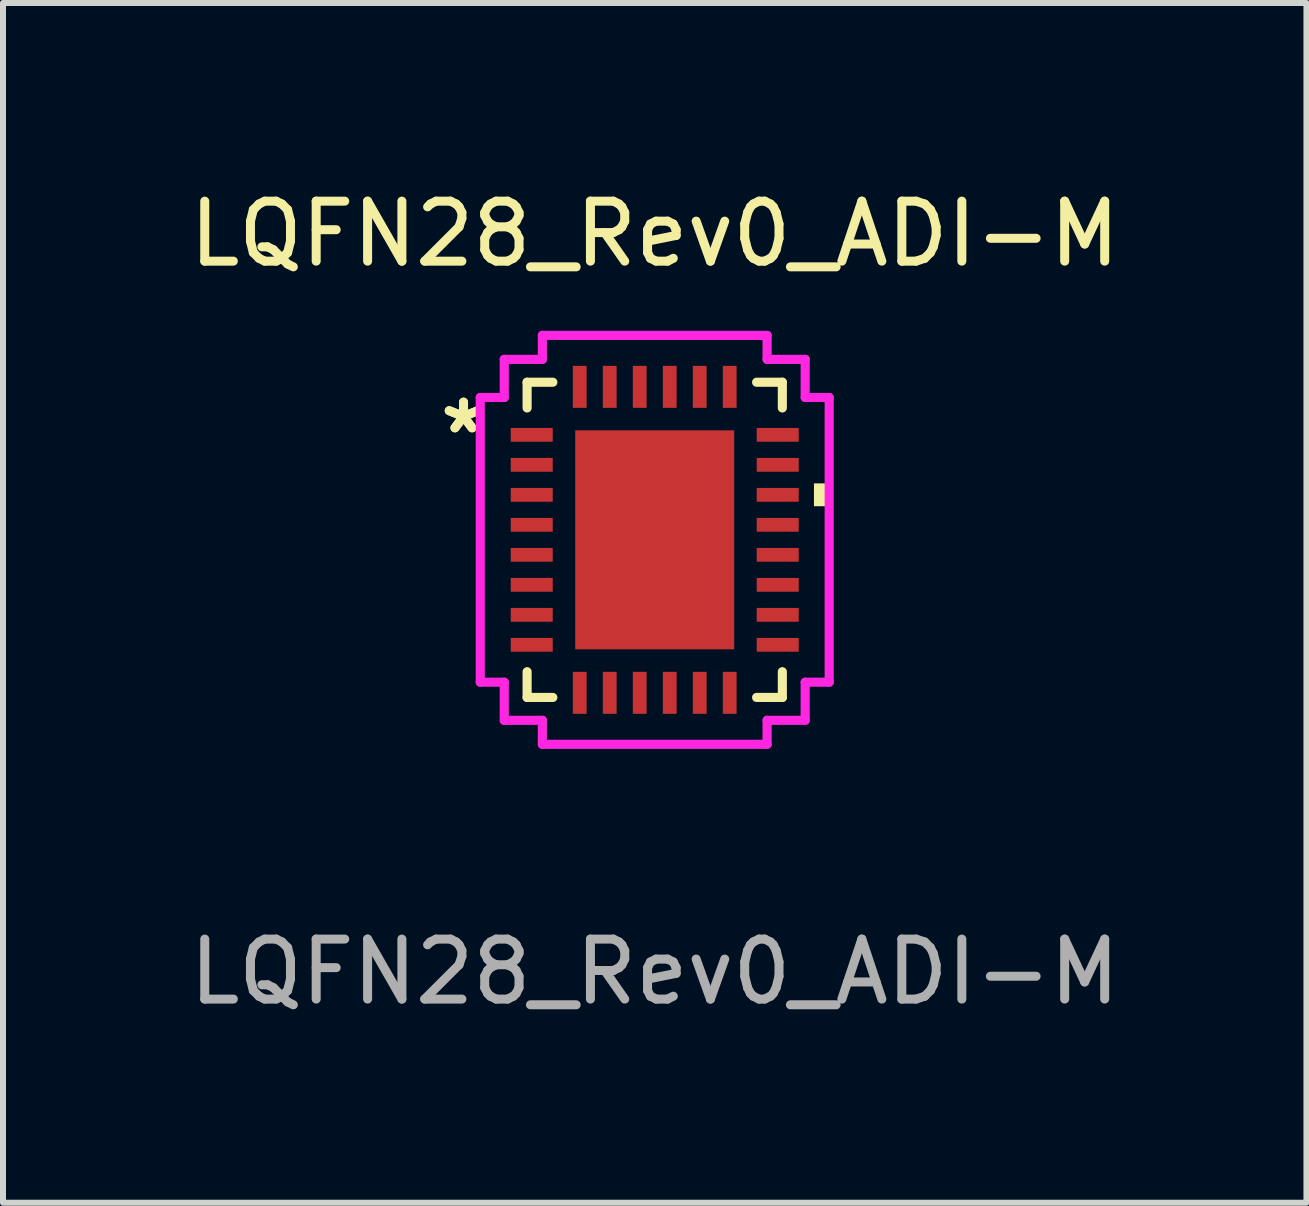
<source format=kicad_pcb>
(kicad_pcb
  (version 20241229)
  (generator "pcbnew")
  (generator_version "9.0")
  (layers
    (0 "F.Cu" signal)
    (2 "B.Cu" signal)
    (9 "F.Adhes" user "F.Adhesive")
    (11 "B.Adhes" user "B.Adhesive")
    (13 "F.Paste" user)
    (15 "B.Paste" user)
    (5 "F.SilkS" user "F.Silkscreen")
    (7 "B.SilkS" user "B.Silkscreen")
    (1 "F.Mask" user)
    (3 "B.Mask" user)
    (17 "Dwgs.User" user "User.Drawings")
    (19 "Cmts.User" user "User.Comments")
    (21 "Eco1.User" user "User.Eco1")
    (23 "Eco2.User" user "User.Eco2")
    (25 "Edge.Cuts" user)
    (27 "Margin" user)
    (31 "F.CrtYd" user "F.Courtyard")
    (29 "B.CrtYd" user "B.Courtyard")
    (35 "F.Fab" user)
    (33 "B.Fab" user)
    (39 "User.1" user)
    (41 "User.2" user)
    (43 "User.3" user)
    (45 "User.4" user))
  (footprint "LQFN28_Rev0_ADI-M"
    (layer "F.Cu")
    (at 7.863 5.948)
    (property "Reference" "LQFN28_Rev0_ADI-M" (at 0 -5.1 0) (unlocked yes) (layer "F.SilkS") (effects (font (size 1 1) (thickness 0.15))))
    (attr smd)
    (fp_line (start -2.127 -2.627) (end -2.127 -2.198) (stroke (width 0.152) (type solid)) (layer "F.SilkS"))
    (fp_line (start -2.127 2.198) (end -2.127 2.627) (stroke (width 0.152) (type solid)) (layer "F.SilkS"))
    (fp_line (start -2.127 2.627) (end -1.698 2.627) (stroke (width 0.152) (type solid)) (layer "F.SilkS"))
    (fp_line (start -1.698 -2.627) (end -2.127 -2.627) (stroke (width 0.152) (type solid)) (layer "F.SilkS"))
    (fp_line (start 1.698 2.627) (end 2.127 2.627) (stroke (width 0.152) (type solid)) (layer "F.SilkS"))
    (fp_line (start 2.127 -2.627) (end 1.698 -2.627) (stroke (width 0.152) (type solid)) (layer "F.SilkS"))
    (fp_line (start 2.127 -2.198) (end 2.127 -2.627) (stroke (width 0.152) (type solid)) (layer "F.SilkS"))
    (fp_line (start 2.127 2.627) (end 2.127 2.198) (stroke (width 0.152) (type solid)) (layer "F.SilkS"))
    (fp_poly (pts (xy 2.908 -0.941) (xy 2.908 -0.56) (xy 2.654 -0.56) (xy 2.654 -0.941)) (stroke (width 0) (type solid)) (fill yes) (layer "F.SilkS"))
    (fp_line (start -2.908 -2.373) (end -2.508 -2.373) (stroke (width 0.152) (type solid)) (layer "F.CrtYd"))
    (fp_line (start -2.908 2.373) (end -2.908 -2.373) (stroke (width 0.152) (type solid)) (layer "F.CrtYd"))
    (fp_line (start -2.508 -3.008) (end -1.873 -3.008) (stroke (width 0.152) (type solid)) (layer "F.CrtYd"))
    (fp_line (start -2.508 -2.373) (end -2.508 -3.008) (stroke (width 0.152) (type solid)) (layer "F.CrtYd"))
    (fp_line (start -2.508 2.373) (end -2.908 2.373) (stroke (width 0.152) (type solid)) (layer "F.CrtYd"))
    (fp_line (start -2.508 3.008) (end -2.508 2.373) (stroke (width 0.152) (type solid)) (layer "F.CrtYd"))
    (fp_line (start -1.873 -3.408) (end 1.873 -3.408) (stroke (width 0.152) (type solid)) (layer "F.CrtYd"))
    (fp_line (start -1.873 -3.008) (end -1.873 -3.408) (stroke (width 0.152) (type solid)) (layer "F.CrtYd"))
    (fp_line (start -1.873 3.008) (end -2.508 3.008) (stroke (width 0.152) (type solid)) (layer "F.CrtYd"))
    (fp_line (start -1.873 3.408) (end -1.873 3.008) (stroke (width 0.152) (type solid)) (layer "F.CrtYd"))
    (fp_line (start 1.873 -3.408) (end 1.873 -3.008) (stroke (width 0.152) (type solid)) (layer "F.CrtYd"))
    (fp_line (start 1.873 -3.008) (end 2.508 -3.008) (stroke (width 0.152) (type solid)) (layer "F.CrtYd"))
    (fp_line (start 1.873 3.008) (end 1.873 3.408) (stroke (width 0.152) (type solid)) (layer "F.CrtYd"))
    (fp_line (start 1.873 3.408) (end -1.873 3.408) (stroke (width 0.152) (type solid)) (layer "F.CrtYd"))
    (fp_line (start 2.508 -3.008) (end 2.508 -2.373) (stroke (width 0.152) (type solid)) (layer "F.CrtYd"))
    (fp_line (start 2.508 -2.373) (end 2.908 -2.373) (stroke (width 0.152) (type solid)) (layer "F.CrtYd"))
    (fp_line (start 2.508 2.373) (end 2.508 3.008) (stroke (width 0.152) (type solid)) (layer "F.CrtYd"))
    (fp_line (start 2.508 3.008) (end 1.873 3.008) (stroke (width 0.152) (type solid)) (layer "F.CrtYd"))
    (fp_line (start 2.908 -2.373) (end 2.908 2.373) (stroke (width 0.152) (type solid)) (layer "F.CrtYd"))
    (fp_line (start 2.908 2.373) (end 2.508 2.373) (stroke (width 0.152) (type solid)) (layer "F.CrtYd"))
    (fp_text user "*" (at -3.187 -1.75 0) (layer "F.SilkS") (effects (font (size 1 1) (thickness 0.15))))
    (fp_text user "*" (at -3.187 -1.75 0) (unlocked yes) (layer "F.SilkS") (effects (font (size 1 1) (thickness 0.15))))
    (fp_text user "${REFERENCE}" (at 0 7.2 0) (unlocked yes) (layer "F.Fab") (effects (font (size 1 1) (thickness 0.15))))
    (pad "1" smd rect (at -2.05 -1.75 90) (size 0.23 0.7) (layers "F.Cu" "F.Mask" "F.Paste"))
    (pad "2" smd rect (at -2.05 -1.25 90) (size 0.23 0.7) (layers "F.Cu" "F.Mask" "F.Paste"))
    (pad "3" smd rect (at -2.05 -0.75 90) (size 0.23 0.7) (layers "F.Cu" "F.Mask" "F.Paste"))
    (pad "4" smd rect (at -2.05 -0.25 90) (size 0.23 0.7) (layers "F.Cu" "F.Mask" "F.Paste"))
    (pad "5" smd rect (at -2.05 0.25 90) (size 0.23 0.7) (layers "F.Cu" "F.Mask" "F.Paste"))
    (pad "6" smd rect (at -2.05 0.75 90) (size 0.23 0.7) (layers "F.Cu" "F.Mask" "F.Paste"))
    (pad "7" smd rect (at -2.05 1.25 90) (size 0.23 0.7) (layers "F.Cu" "F.Mask" "F.Paste"))
    (pad "8" smd rect (at -2.05 1.75 90) (size 0.23 0.7) (layers "F.Cu" "F.Mask" "F.Paste"))
    (pad "9" smd rect (at -1.25 2.55) (size 0.23 0.7) (layers "F.Cu" "F.Mask" "F.Paste"))
    (pad "10" smd rect (at -0.75 2.55) (size 0.23 0.7) (layers "F.Cu" "F.Mask" "F.Paste"))
    (pad "11" smd rect (at -0.25 2.55) (size 0.23 0.7) (layers "F.Cu" "F.Mask" "F.Paste"))
    (pad "12" smd rect (at 0.25 2.55) (size 0.23 0.7) (layers "F.Cu" "F.Mask" "F.Paste"))
    (pad "13" smd rect (at 0.75 2.55) (size 0.23 0.7) (layers "F.Cu" "F.Mask" "F.Paste"))
    (pad "14" smd rect (at 1.25 2.55) (size 0.23 0.7) (layers "F.Cu" "F.Mask" "F.Paste"))
    (pad "15" smd rect (at 2.05 1.75 90) (size 0.23 0.7) (layers "F.Cu" "F.Mask" "F.Paste"))
    (pad "16" smd rect (at 2.05 1.25 90) (size 0.23 0.7) (layers "F.Cu" "F.Mask" "F.Paste"))
    (pad "17" smd rect (at 2.05 0.75 90) (size 0.23 0.7) (layers "F.Cu" "F.Mask" "F.Paste"))
    (pad "18" smd rect (at 2.05 0.25 90) (size 0.23 0.7) (layers "F.Cu" "F.Mask" "F.Paste"))
    (pad "19" smd rect (at 2.05 -0.25 90) (size 0.23 0.7) (layers "F.Cu" "F.Mask" "F.Paste"))
    (pad "20" smd rect (at 2.05 -0.75 90) (size 0.23 0.7) (layers "F.Cu" "F.Mask" "F.Paste"))
    (pad "21" smd rect (at 2.05 -1.25 90) (size 0.23 0.7) (layers "F.Cu" "F.Mask" "F.Paste"))
    (pad "22" smd rect (at 2.05 -1.75 90) (size 0.23 0.7) (layers "F.Cu" "F.Mask" "F.Paste"))
    (pad "23" smd rect (at 1.25 -2.55) (size 0.23 0.7) (layers "F.Cu" "F.Mask" "F.Paste"))
    (pad "24" smd rect (at 0.75 -2.55) (size 0.23 0.7) (layers "F.Cu" "F.Mask" "F.Paste"))
    (pad "25" smd rect (at 0.25 -2.55) (size 0.23 0.7) (layers "F.Cu" "F.Mask" "F.Paste"))
    (pad "26" smd rect (at -0.25 -2.55) (size 0.23 0.7) (layers "F.Cu" "F.Mask" "F.Paste"))
    (pad "27" smd rect (at -0.75 -2.55) (size 0.23 0.7) (layers "F.Cu" "F.Mask" "F.Paste"))
    (pad "28" smd rect (at -1.25 -2.55) (size 0.23 0.7) (layers "F.Cu" "F.Mask" "F.Paste"))
    (pad "29" smd rect (at 0 0) (size 2.65 3.65) (layers "F.Cu" "F.Mask" "F.Paste")))
  (gr_rect
    (start -3 -3)
    (end 18.726 16.997)
    (stroke (width 0.1) (type default))
    (fill no)
    (layer "Edge.Cuts")))
</source>
